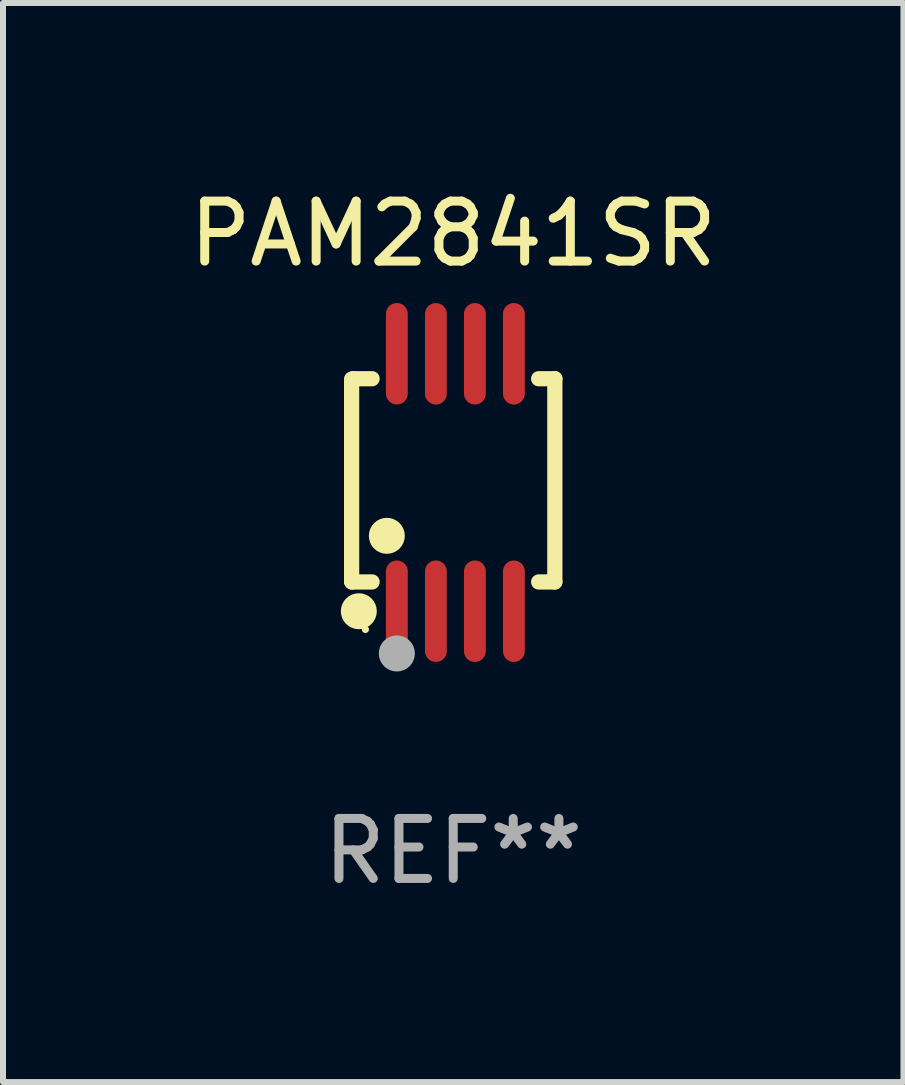
<source format=kicad_pcb>
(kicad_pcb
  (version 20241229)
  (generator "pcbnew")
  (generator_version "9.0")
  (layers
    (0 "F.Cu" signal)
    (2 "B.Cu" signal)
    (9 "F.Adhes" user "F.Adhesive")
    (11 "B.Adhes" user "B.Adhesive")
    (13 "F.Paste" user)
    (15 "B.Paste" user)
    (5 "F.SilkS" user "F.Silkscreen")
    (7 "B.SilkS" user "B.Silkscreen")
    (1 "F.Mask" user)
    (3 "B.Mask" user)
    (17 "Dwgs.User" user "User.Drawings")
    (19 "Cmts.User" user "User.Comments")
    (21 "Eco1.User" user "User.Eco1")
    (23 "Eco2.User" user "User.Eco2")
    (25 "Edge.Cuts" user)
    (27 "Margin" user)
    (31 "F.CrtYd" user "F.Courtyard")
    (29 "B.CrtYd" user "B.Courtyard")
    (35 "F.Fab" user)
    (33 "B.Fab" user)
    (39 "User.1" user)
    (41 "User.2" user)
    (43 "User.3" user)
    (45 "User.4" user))
  (footprint "PAM2841SR"
    (layer "F.Cu")
    (at 4.506 4.994)
    (property "Reference" "PAM2841SR" (at 0 -4.146 0) (layer "F.SilkS") (effects (font (size 1 1) (thickness 0.15))))
    (attr through_hole)
    (fp_line (start -1.694 -1.724) (end -1.694 1.652) (stroke (width 0.254) (type solid)) (layer "F.SilkS"))
    (fp_line (start -1.694 1.652) (end -1.688 1.658) (stroke (width 0.254) (type solid)) (layer "F.SilkS"))
    (fp_line (start -1.688 1.658) (end -1.353 1.658) (stroke (width 0.254) (type solid)) (layer "F.SilkS"))
    (fp_line (start -1.661 -1.73) (end -1.681 -1.71) (stroke (width 0.254) (type solid)) (layer "F.SilkS"))
    (fp_line (start -1.353 -1.73) (end -1.661 -1.73) (stroke (width 0.254) (type solid)) (layer "F.SilkS"))
    (fp_line (start 1.424 1.658) (end 1.694 1.658) (stroke (width 0.254) (type solid)) (layer "F.SilkS"))
    (fp_line (start 1.694 -1.73) (end 1.424 -1.73) (stroke (width 0.254) (type solid)) (layer "F.SilkS"))
    (fp_line (start 1.694 1.658) (end 1.694 -1.73) (stroke (width 0.254) (type solid)) (layer "F.SilkS"))
    (fp_circle (center -1.574 2.146) (end -1.424 2.146) (stroke (width 0.3) (type solid)) (fill no) (layer "F.SilkS"))
    (fp_circle (center -1.464 2.45) (end -1.434 2.45) (stroke (width 0.06) (type solid)) (fill no) (layer "F.SilkS"))
    (fp_circle (center -1.107 0.889) (end -0.957 0.889) (stroke (width 0.3) (type solid)) (fill no) (layer "F.SilkS"))
    (fp_circle (center -0.94 2.85) (end -0.789 2.85) (stroke (width 0.3) (type solid)) (fill no) (layer "F.Fab"))
    (fp_text user "REF**" (at 0 6.146 0) (layer "F.Fab") (effects (font (size 1 1) (thickness 0.15))))
    (pad "1" smd oval (at -0.94 2.146) (size 0.364 1.692) (layers "F.Cu" "F.Mask" "F.Paste"))
    (pad "2" smd oval (at -0.289 2.146) (size 0.364 1.692) (layers "F.Cu" "F.Mask" "F.Paste"))
    (pad "3" smd oval (at 0.361 2.146) (size 0.364 1.692) (layers "F.Cu" "F.Mask" "F.Paste"))
    (pad "4" smd oval (at 1.011 2.146) (size 0.364 1.692) (layers "F.Cu" "F.Mask" "F.Paste"))
    (pad "5" smd oval (at 1.011 -2.146) (size 0.364 1.692) (layers "F.Cu" "F.Mask" "F.Paste"))
    (pad "6" smd oval (at 0.361 -2.146) (size 0.364 1.692) (layers "F.Cu" "F.Mask" "F.Paste"))
    (pad "7" smd oval (at -0.289 -2.146) (size 0.364 1.692) (layers "F.Cu" "F.Mask" "F.Paste"))
    (pad "8" smd oval (at -0.94 -2.146) (size 0.364 1.692) (layers "F.Cu" "F.Mask" "F.Paste")))
  (gr_rect
    (start -3 -3)
    (end 12.012 14.989)
    (stroke (width 0.1) (type default))
    (fill no)
    (layer "Edge.Cuts")))
</source>
